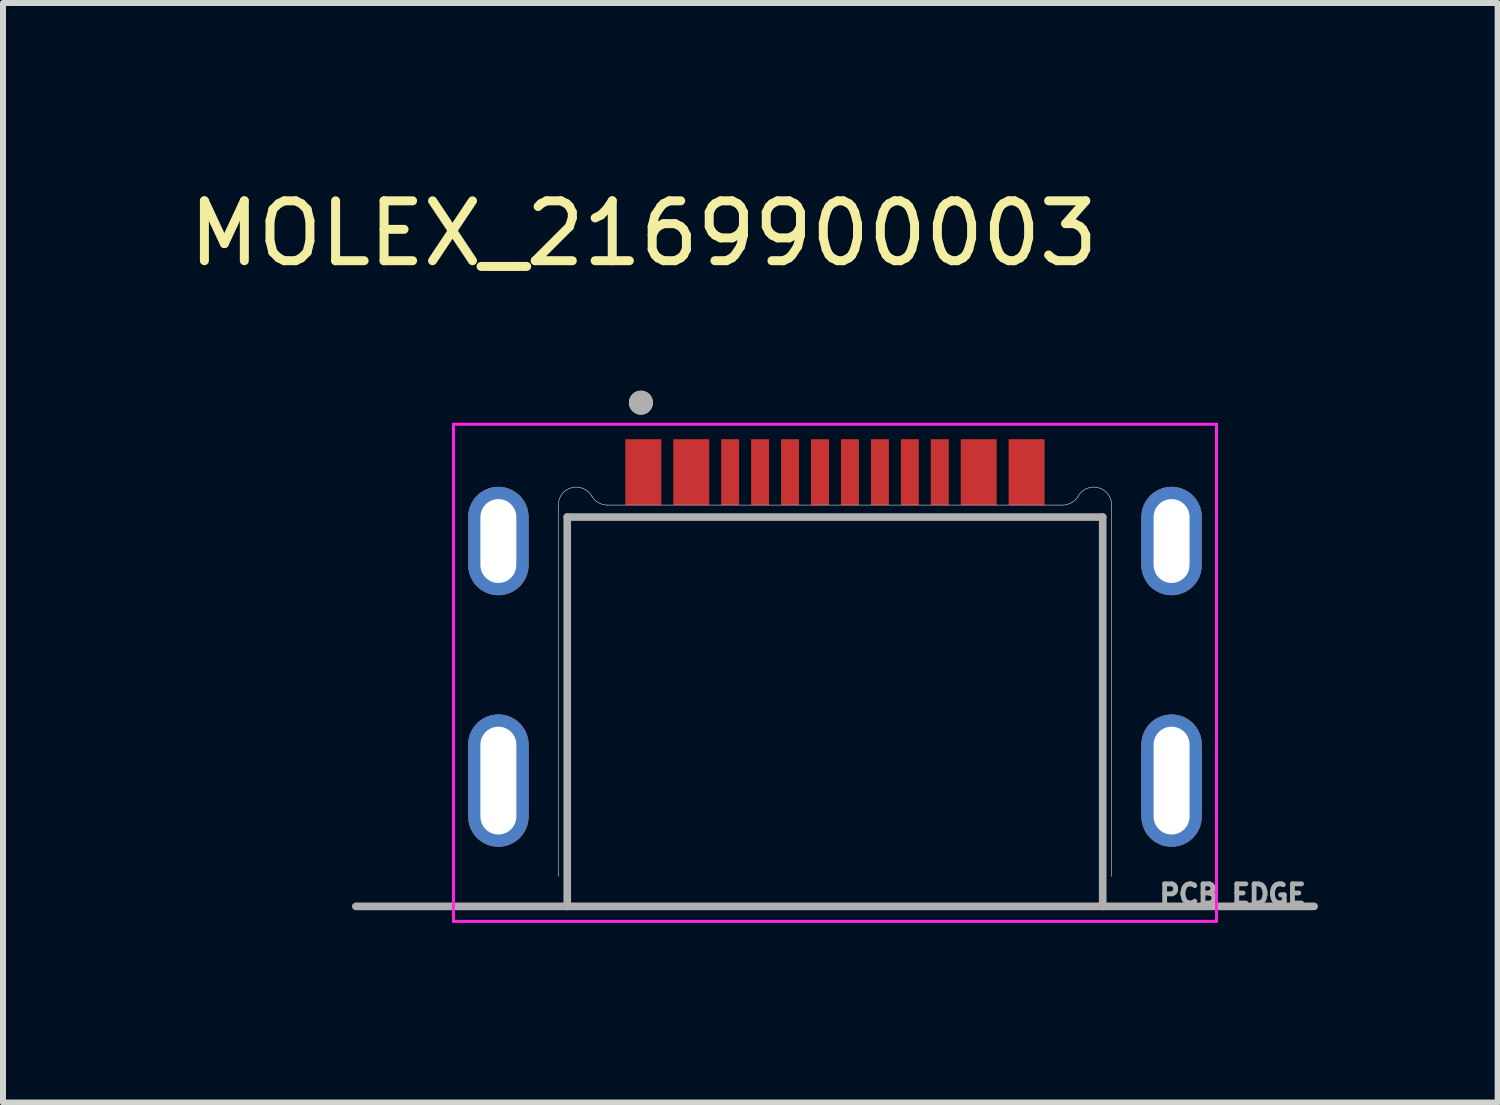
<source format=kicad_pcb>
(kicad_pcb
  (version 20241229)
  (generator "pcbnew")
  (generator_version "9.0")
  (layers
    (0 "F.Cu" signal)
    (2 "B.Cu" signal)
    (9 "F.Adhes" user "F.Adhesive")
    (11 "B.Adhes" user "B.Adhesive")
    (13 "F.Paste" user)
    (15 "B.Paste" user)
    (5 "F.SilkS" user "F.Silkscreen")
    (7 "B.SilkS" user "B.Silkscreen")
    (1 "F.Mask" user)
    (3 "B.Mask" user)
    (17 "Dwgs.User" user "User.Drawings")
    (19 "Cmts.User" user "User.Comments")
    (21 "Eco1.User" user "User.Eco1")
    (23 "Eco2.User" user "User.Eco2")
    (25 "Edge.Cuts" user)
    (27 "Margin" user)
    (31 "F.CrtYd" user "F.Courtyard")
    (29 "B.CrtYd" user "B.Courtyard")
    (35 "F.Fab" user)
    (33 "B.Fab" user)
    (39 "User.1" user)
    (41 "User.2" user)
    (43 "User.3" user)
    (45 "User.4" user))
  (footprint "MOLEX_2169900003"
    (layer "F.Cu")
    (at 10.891 9.983)
    (property "Reference" "MOLEX_2169900003" (at -3.195 -9.135 0) (layer "F.SilkS") (effects (font (size 1 1) (thickness 0.15))))
    (attr smd)
    (fp_poly (pts (xy -6.12 -0.6) (xy -6.12 0.6) (xy -6.117 0.652) (xy -6.109 0.704) (xy -6.096 0.755) (xy -6.077 0.803) (xy -6.053 0.85) (xy -6.025 0.894) (xy -5.992 0.935) (xy -5.955 0.972) (xy -5.914 1.005) (xy -5.87 1.033) (xy -5.823 1.057) (xy -5.775 1.076) (xy -5.724 1.089) (xy -5.672 1.097) (xy -5.62 1.1) (xy -5.568 1.097) (xy -5.516 1.089) (xy -5.465 1.076) (xy -5.417 1.057) (xy -5.37 1.033) (xy -5.326 1.005) (xy -5.285 0.972) (xy -5.248 0.935) (xy -5.215 0.894) (xy -5.187 0.85) (xy -5.163 0.803) (xy -5.144 0.755) (xy -5.131 0.704) (xy -5.123 0.652) (xy -5.12 0.6) (xy -5.12 -0.6) (xy -5.123 -0.652) (xy -5.131 -0.704) (xy -5.144 -0.755) (xy -5.163 -0.803) (xy -5.187 -0.85) (xy -5.215 -0.894) (xy -5.248 -0.935) (xy -5.285 -0.972) (xy -5.326 -1.005) (xy -5.37 -1.033) (xy -5.417 -1.057) (xy -5.465 -1.076) (xy -5.516 -1.089) (xy -5.568 -1.097) (xy -5.62 -1.1) (xy -5.672 -1.097) (xy -5.724 -1.089) (xy -5.775 -1.076) (xy -5.823 -1.057) (xy -5.87 -1.033) (xy -5.914 -1.005) (xy -5.955 -0.972) (xy -5.992 -0.935) (xy -6.025 -0.894) (xy -6.053 -0.85) (xy -6.077 -0.803) (xy -6.096 -0.755) (xy -6.109 -0.704) (xy -6.117 -0.652) (xy -6.12 -0.6)) (stroke (width 0.01) (type solid)) (fill yes) (layer "F.Cu"))
    (fp_poly (pts (xy -5.12 -3.6) (xy -5.123 -3.548) (xy -5.131 -3.496) (xy -5.144 -3.445) (xy -5.163 -3.397) (xy -5.187 -3.35) (xy -5.215 -3.306) (xy -5.248 -3.265) (xy -5.285 -3.228) (xy -5.326 -3.195) (xy -5.37 -3.167) (xy -5.417 -3.143) (xy -5.465 -3.124) (xy -5.516 -3.111) (xy -5.568 -3.103) (xy -5.62 -3.1) (xy -5.672 -3.103) (xy -5.724 -3.111) (xy -5.775 -3.124) (xy -5.823 -3.143) (xy -5.87 -3.167) (xy -5.914 -3.195) (xy -5.955 -3.228) (xy -5.992 -3.265) (xy -6.025 -3.306) (xy -6.053 -3.35) (xy -6.077 -3.397) (xy -6.096 -3.445) (xy -6.109 -3.496) (xy -6.117 -3.548) (xy -6.12 -3.6) (xy -6.12 -4.4) (xy -6.117 -4.452) (xy -6.109 -4.504) (xy -6.096 -4.555) (xy -6.077 -4.603) (xy -6.053 -4.65) (xy -6.025 -4.694) (xy -5.992 -4.735) (xy -5.955 -4.772) (xy -5.914 -4.805) (xy -5.87 -4.833) (xy -5.823 -4.857) (xy -5.775 -4.876) (xy -5.724 -4.889) (xy -5.672 -4.897) (xy -5.62 -4.9) (xy -5.568 -4.897) (xy -5.516 -4.889) (xy -5.465 -4.876) (xy -5.417 -4.857) (xy -5.37 -4.833) (xy -5.326 -4.805) (xy -5.285 -4.772) (xy -5.248 -4.735) (xy -5.215 -4.694) (xy -5.187 -4.65) (xy -5.163 -4.603) (xy -5.144 -4.555) (xy -5.131 -4.504) (xy -5.123 -4.452) (xy -5.12 -4.4) (xy -5.12 -3.6)) (stroke (width 0.01) (type solid)) (fill yes) (layer "F.Cu"))
    (fp_poly (pts (xy 5.12 -4.4) (xy 5.12 -3.6) (xy 5.123 -3.548) (xy 5.131 -3.496) (xy 5.144 -3.445) (xy 5.163 -3.397) (xy 5.187 -3.35) (xy 5.215 -3.306) (xy 5.248 -3.265) (xy 5.285 -3.228) (xy 5.326 -3.195) (xy 5.37 -3.167) (xy 5.417 -3.143) (xy 5.465 -3.124) (xy 5.516 -3.111) (xy 5.568 -3.103) (xy 5.62 -3.1) (xy 5.672 -3.103) (xy 5.724 -3.111) (xy 5.775 -3.124) (xy 5.823 -3.143) (xy 5.87 -3.167) (xy 5.914 -3.195) (xy 5.955 -3.228) (xy 5.992 -3.265) (xy 6.025 -3.306) (xy 6.053 -3.35) (xy 6.077 -3.397) (xy 6.096 -3.445) (xy 6.109 -3.496) (xy 6.117 -3.548) (xy 6.12 -3.6) (xy 6.12 -4.4) (xy 6.117 -4.452) (xy 6.109 -4.504) (xy 6.096 -4.555) (xy 6.077 -4.603) (xy 6.053 -4.65) (xy 6.025 -4.694) (xy 5.992 -4.735) (xy 5.955 -4.772) (xy 5.914 -4.805) (xy 5.87 -4.833) (xy 5.823 -4.857) (xy 5.775 -4.876) (xy 5.724 -4.889) (xy 5.672 -4.897) (xy 5.62 -4.9) (xy 5.568 -4.897) (xy 5.516 -4.889) (xy 5.465 -4.876) (xy 5.417 -4.857) (xy 5.37 -4.833) (xy 5.326 -4.805) (xy 5.285 -4.772) (xy 5.248 -4.735) (xy 5.215 -4.694) (xy 5.187 -4.65) (xy 5.163 -4.603) (xy 5.144 -4.555) (xy 5.131 -4.504) (xy 5.123 -4.452) (xy 5.12 -4.4)) (stroke (width 0.01) (type solid)) (fill yes) (layer "F.Cu"))
    (fp_poly (pts (xy 5.12 -0.6) (xy 5.12 0.6) (xy 5.123 0.652) (xy 5.131 0.704) (xy 5.144 0.755) (xy 5.163 0.803) (xy 5.187 0.85) (xy 5.215 0.894) (xy 5.248 0.935) (xy 5.285 0.972) (xy 5.326 1.005) (xy 5.37 1.033) (xy 5.417 1.057) (xy 5.465 1.076) (xy 5.516 1.089) (xy 5.568 1.097) (xy 5.62 1.1) (xy 5.672 1.097) (xy 5.724 1.089) (xy 5.775 1.076) (xy 5.823 1.057) (xy 5.87 1.033) (xy 5.914 1.005) (xy 5.955 0.972) (xy 5.992 0.935) (xy 6.025 0.894) (xy 6.053 0.85) (xy 6.077 0.803) (xy 6.096 0.755) (xy 6.109 0.704) (xy 6.117 0.652) (xy 6.12 0.6) (xy 6.12 -0.6) (xy 6.117 -0.652) (xy 6.109 -0.704) (xy 6.096 -0.755) (xy 6.077 -0.803) (xy 6.053 -0.85) (xy 6.025 -0.894) (xy 5.992 -0.935) (xy 5.955 -0.972) (xy 5.914 -1.005) (xy 5.87 -1.033) (xy 5.823 -1.057) (xy 5.775 -1.076) (xy 5.724 -1.089) (xy 5.672 -1.097) (xy 5.62 -1.1) (xy 5.568 -1.097) (xy 5.516 -1.089) (xy 5.465 -1.076) (xy 5.417 -1.057) (xy 5.37 -1.033) (xy 5.326 -1.005) (xy 5.285 -0.972) (xy 5.248 -0.935) (xy 5.215 -0.894) (xy 5.187 -0.85) (xy 5.163 -0.803) (xy 5.144 -0.755) (xy 5.131 -0.704) (xy 5.123 -0.652) (xy 5.12 -0.6)) (stroke (width 0.01) (type solid)) (fill yes) (layer "F.Cu"))
    (fp_poly (pts (xy -6.22 -4.4) (xy -6.22 -3.6) (xy -6.217 -3.537) (xy -6.207 -3.475) (xy -6.191 -3.415) (xy -6.168 -3.356) (xy -6.14 -3.3) (xy -6.105 -3.247) (xy -6.066 -3.199) (xy -6.021 -3.154) (xy -5.973 -3.115) (xy -5.92 -3.08) (xy -5.864 -3.052) (xy -5.805 -3.029) (xy -5.745 -3.013) (xy -5.683 -3.003) (xy -5.62 -3) (xy -5.557 -3.003) (xy -5.495 -3.013) (xy -5.435 -3.029) (xy -5.376 -3.052) (xy -5.32 -3.08) (xy -5.267 -3.115) (xy -5.219 -3.154) (xy -5.174 -3.199) (xy -5.135 -3.247) (xy -5.1 -3.3) (xy -5.072 -3.356) (xy -5.049 -3.415) (xy -5.033 -3.475) (xy -5.023 -3.537) (xy -5.02 -3.6) (xy -5.02 -4.4) (xy -5.023 -4.463) (xy -5.033 -4.525) (xy -5.049 -4.585) (xy -5.072 -4.644) (xy -5.1 -4.7) (xy -5.135 -4.753) (xy -5.174 -4.801) (xy -5.219 -4.846) (xy -5.267 -4.885) (xy -5.32 -4.92) (xy -5.376 -4.948) (xy -5.435 -4.971) (xy -5.495 -4.987) (xy -5.557 -4.997) (xy -5.62 -5) (xy -5.683 -4.997) (xy -5.745 -4.987) (xy -5.805 -4.971) (xy -5.864 -4.948) (xy -5.92 -4.92) (xy -5.973 -4.885) (xy -6.021 -4.846) (xy -6.066 -4.801) (xy -6.105 -4.753) (xy -6.14 -4.7) (xy -6.168 -4.644) (xy -6.191 -4.585) (xy -6.207 -4.525) (xy -6.217 -4.463) (xy -6.22 -4.4)) (stroke (width 0.01) (type solid)) (fill yes) (layer "F.Mask"))
    (fp_poly (pts (xy -5.02 0.6) (xy -5.023 0.663) (xy -5.033 0.725) (xy -5.049 0.785) (xy -5.072 0.844) (xy -5.1 0.9) (xy -5.135 0.953) (xy -5.174 1.001) (xy -5.219 1.046) (xy -5.267 1.085) (xy -5.32 1.12) (xy -5.376 1.148) (xy -5.435 1.171) (xy -5.495 1.187) (xy -5.557 1.197) (xy -5.62 1.2) (xy -5.683 1.197) (xy -5.745 1.187) (xy -5.805 1.171) (xy -5.864 1.148) (xy -5.92 1.12) (xy -5.973 1.085) (xy -6.021 1.046) (xy -6.066 1.001) (xy -6.105 0.953) (xy -6.14 0.9) (xy -6.168 0.844) (xy -6.191 0.785) (xy -6.207 0.725) (xy -6.217 0.663) (xy -6.22 0.6) (xy -6.22 -0.6) (xy -6.217 -0.663) (xy -6.207 -0.725) (xy -6.191 -0.785) (xy -6.168 -0.844) (xy -6.14 -0.9) (xy -6.105 -0.953) (xy -6.066 -1.001) (xy -6.021 -1.046) (xy -5.973 -1.085) (xy -5.92 -1.12) (xy -5.864 -1.148) (xy -5.805 -1.171) (xy -5.745 -1.187) (xy -5.683 -1.197) (xy -5.62 -1.2) (xy -5.557 -1.197) (xy -5.495 -1.187) (xy -5.435 -1.171) (xy -5.376 -1.148) (xy -5.32 -1.12) (xy -5.267 -1.085) (xy -5.219 -1.046) (xy -5.174 -1.001) (xy -5.135 -0.953) (xy -5.1 -0.9) (xy -5.072 -0.844) (xy -5.049 -0.785) (xy -5.033 -0.725) (xy -5.023 -0.663) (xy -5.02 -0.6) (xy -5.02 0.6)) (stroke (width 0.01) (type solid)) (fill yes) (layer "F.Mask"))
    (fp_poly (pts (xy 5.02 -0.6) (xy 5.02 0.6) (xy 5.023 0.663) (xy 5.033 0.725) (xy 5.049 0.785) (xy 5.072 0.844) (xy 5.1 0.9) (xy 5.135 0.953) (xy 5.174 1.001) (xy 5.219 1.046) (xy 5.267 1.085) (xy 5.32 1.12) (xy 5.376 1.148) (xy 5.435 1.171) (xy 5.495 1.187) (xy 5.557 1.197) (xy 5.62 1.2) (xy 5.683 1.197) (xy 5.745 1.187) (xy 5.805 1.171) (xy 5.864 1.148) (xy 5.92 1.12) (xy 5.973 1.085) (xy 6.021 1.046) (xy 6.066 1.001) (xy 6.105 0.953) (xy 6.14 0.9) (xy 6.168 0.844) (xy 6.191 0.785) (xy 6.207 0.725) (xy 6.217 0.663) (xy 6.22 0.6) (xy 6.22 -0.6) (xy 6.217 -0.663) (xy 6.207 -0.725) (xy 6.191 -0.785) (xy 6.168 -0.844) (xy 6.14 -0.9) (xy 6.105 -0.953) (xy 6.066 -1.001) (xy 6.021 -1.046) (xy 5.973 -1.085) (xy 5.92 -1.12) (xy 5.864 -1.148) (xy 5.805 -1.171) (xy 5.745 -1.187) (xy 5.683 -1.197) (xy 5.62 -1.2) (xy 5.557 -1.197) (xy 5.495 -1.187) (xy 5.435 -1.171) (xy 5.376 -1.148) (xy 5.32 -1.12) (xy 5.267 -1.085) (xy 5.219 -1.046) (xy 5.174 -1.001) (xy 5.135 -0.953) (xy 5.1 -0.9) (xy 5.072 -0.844) (xy 5.049 -0.785) (xy 5.033 -0.725) (xy 5.023 -0.663) (xy 5.02 -0.6)) (stroke (width 0.01) (type solid)) (fill yes) (layer "F.Mask"))
    (fp_poly (pts (xy 6.22 -3.6) (xy 6.217 -3.537) (xy 6.207 -3.475) (xy 6.191 -3.415) (xy 6.168 -3.356) (xy 6.14 -3.3) (xy 6.105 -3.247) (xy 6.066 -3.199) (xy 6.021 -3.154) (xy 5.973 -3.115) (xy 5.92 -3.08) (xy 5.864 -3.052) (xy 5.805 -3.029) (xy 5.745 -3.013) (xy 5.683 -3.003) (xy 5.62 -3) (xy 5.557 -3.003) (xy 5.495 -3.013) (xy 5.435 -3.029) (xy 5.376 -3.052) (xy 5.32 -3.08) (xy 5.267 -3.115) (xy 5.219 -3.154) (xy 5.174 -3.199) (xy 5.135 -3.247) (xy 5.1 -3.3) (xy 5.072 -3.356) (xy 5.049 -3.415) (xy 5.033 -3.475) (xy 5.023 -3.537) (xy 5.02 -3.6) (xy 5.02 -4.4) (xy 5.023 -4.463) (xy 5.033 -4.525) (xy 5.049 -4.585) (xy 5.072 -4.644) (xy 5.1 -4.7) (xy 5.135 -4.753) (xy 5.174 -4.801) (xy 5.219 -4.846) (xy 5.267 -4.885) (xy 5.32 -4.92) (xy 5.376 -4.948) (xy 5.435 -4.971) (xy 5.495 -4.987) (xy 5.557 -4.997) (xy 5.62 -5) (xy 5.683 -4.997) (xy 5.745 -4.987) (xy 5.805 -4.971) (xy 5.864 -4.948) (xy 5.92 -4.92) (xy 5.973 -4.885) (xy 6.021 -4.846) (xy 6.066 -4.801) (xy 6.105 -4.753) (xy 6.14 -4.7) (xy 6.168 -4.644) (xy 6.191 -4.585) (xy 6.207 -4.525) (xy 6.217 -4.463) (xy 6.22 -4.4) (xy 6.22 -3.6)) (stroke (width 0.01) (type solid)) (fill yes) (layer "F.Mask"))
    (fp_poly (pts (xy -6.12 -0.6) (xy -6.12 0.6) (xy -6.117 0.652) (xy -6.109 0.704) (xy -6.096 0.755) (xy -6.077 0.803) (xy -6.053 0.85) (xy -6.025 0.894) (xy -5.992 0.935) (xy -5.955 0.972) (xy -5.914 1.005) (xy -5.87 1.033) (xy -5.823 1.057) (xy -5.775 1.076) (xy -5.724 1.089) (xy -5.672 1.097) (xy -5.62 1.1) (xy -5.568 1.097) (xy -5.516 1.089) (xy -5.465 1.076) (xy -5.417 1.057) (xy -5.37 1.033) (xy -5.326 1.005) (xy -5.285 0.972) (xy -5.248 0.935) (xy -5.215 0.894) (xy -5.187 0.85) (xy -5.163 0.803) (xy -5.144 0.755) (xy -5.131 0.704) (xy -5.123 0.652) (xy -5.12 0.6) (xy -5.12 -0.6) (xy -5.123 -0.652) (xy -5.131 -0.704) (xy -5.144 -0.755) (xy -5.163 -0.803) (xy -5.187 -0.85) (xy -5.215 -0.894) (xy -5.248 -0.935) (xy -5.285 -0.972) (xy -5.326 -1.005) (xy -5.37 -1.033) (xy -5.417 -1.057) (xy -5.465 -1.076) (xy -5.516 -1.089) (xy -5.568 -1.097) (xy -5.62 -1.1) (xy -5.672 -1.097) (xy -5.724 -1.089) (xy -5.775 -1.076) (xy -5.823 -1.057) (xy -5.87 -1.033) (xy -5.914 -1.005) (xy -5.955 -0.972) (xy -5.992 -0.935) (xy -6.025 -0.894) (xy -6.053 -0.85) (xy -6.077 -0.803) (xy -6.096 -0.755) (xy -6.109 -0.704) (xy -6.117 -0.652) (xy -6.12 -0.6)) (stroke (width 0.01) (type solid)) (fill yes) (layer "B.Cu"))
    (fp_poly (pts (xy -5.12 -3.6) (xy -5.123 -3.548) (xy -5.131 -3.496) (xy -5.144 -3.445) (xy -5.163 -3.397) (xy -5.187 -3.35) (xy -5.215 -3.306) (xy -5.248 -3.265) (xy -5.285 -3.228) (xy -5.326 -3.195) (xy -5.37 -3.167) (xy -5.417 -3.143) (xy -5.465 -3.124) (xy -5.516 -3.111) (xy -5.568 -3.103) (xy -5.62 -3.1) (xy -5.672 -3.103) (xy -5.724 -3.111) (xy -5.775 -3.124) (xy -5.823 -3.143) (xy -5.87 -3.167) (xy -5.914 -3.195) (xy -5.955 -3.228) (xy -5.992 -3.265) (xy -6.025 -3.306) (xy -6.053 -3.35) (xy -6.077 -3.397) (xy -6.096 -3.445) (xy -6.109 -3.496) (xy -6.117 -3.548) (xy -6.12 -3.6) (xy -6.12 -4.4) (xy -6.117 -4.452) (xy -6.109 -4.504) (xy -6.096 -4.555) (xy -6.077 -4.603) (xy -6.053 -4.65) (xy -6.025 -4.694) (xy -5.992 -4.735) (xy -5.955 -4.772) (xy -5.914 -4.805) (xy -5.87 -4.833) (xy -5.823 -4.857) (xy -5.775 -4.876) (xy -5.724 -4.889) (xy -5.672 -4.897) (xy -5.62 -4.9) (xy -5.568 -4.897) (xy -5.516 -4.889) (xy -5.465 -4.876) (xy -5.417 -4.857) (xy -5.37 -4.833) (xy -5.326 -4.805) (xy -5.285 -4.772) (xy -5.248 -4.735) (xy -5.215 -4.694) (xy -5.187 -4.65) (xy -5.163 -4.603) (xy -5.144 -4.555) (xy -5.131 -4.504) (xy -5.123 -4.452) (xy -5.12 -4.4) (xy -5.12 -3.6)) (stroke (width 0.01) (type solid)) (fill yes) (layer "B.Cu"))
    (fp_poly (pts (xy 5.12 -4.4) (xy 5.12 -3.6) (xy 5.123 -3.548) (xy 5.131 -3.496) (xy 5.144 -3.445) (xy 5.163 -3.397) (xy 5.187 -3.35) (xy 5.215 -3.306) (xy 5.248 -3.265) (xy 5.285 -3.228) (xy 5.326 -3.195) (xy 5.37 -3.167) (xy 5.417 -3.143) (xy 5.465 -3.124) (xy 5.516 -3.111) (xy 5.568 -3.103) (xy 5.62 -3.1) (xy 5.672 -3.103) (xy 5.724 -3.111) (xy 5.775 -3.124) (xy 5.823 -3.143) (xy 5.87 -3.167) (xy 5.914 -3.195) (xy 5.955 -3.228) (xy 5.992 -3.265) (xy 6.025 -3.306) (xy 6.053 -3.35) (xy 6.077 -3.397) (xy 6.096 -3.445) (xy 6.109 -3.496) (xy 6.117 -3.548) (xy 6.12 -3.6) (xy 6.12 -4.4) (xy 6.117 -4.452) (xy 6.109 -4.504) (xy 6.096 -4.555) (xy 6.077 -4.603) (xy 6.053 -4.65) (xy 6.025 -4.694) (xy 5.992 -4.735) (xy 5.955 -4.772) (xy 5.914 -4.805) (xy 5.87 -4.833) (xy 5.823 -4.857) (xy 5.775 -4.876) (xy 5.724 -4.889) (xy 5.672 -4.897) (xy 5.62 -4.9) (xy 5.568 -4.897) (xy 5.516 -4.889) (xy 5.465 -4.876) (xy 5.417 -4.857) (xy 5.37 -4.833) (xy 5.326 -4.805) (xy 5.285 -4.772) (xy 5.248 -4.735) (xy 5.215 -4.694) (xy 5.187 -4.65) (xy 5.163 -4.603) (xy 5.144 -4.555) (xy 5.131 -4.504) (xy 5.123 -4.452) (xy 5.12 -4.4)) (stroke (width 0.01) (type solid)) (fill yes) (layer "B.Cu"))
    (fp_poly (pts (xy 5.12 -0.6) (xy 5.12 0.6) (xy 5.123 0.652) (xy 5.131 0.704) (xy 5.144 0.755) (xy 5.163 0.803) (xy 5.187 0.85) (xy 5.215 0.894) (xy 5.248 0.935) (xy 5.285 0.972) (xy 5.326 1.005) (xy 5.37 1.033) (xy 5.417 1.057) (xy 5.465 1.076) (xy 5.516 1.089) (xy 5.568 1.097) (xy 5.62 1.1) (xy 5.672 1.097) (xy 5.724 1.089) (xy 5.775 1.076) (xy 5.823 1.057) (xy 5.87 1.033) (xy 5.914 1.005) (xy 5.955 0.972) (xy 5.992 0.935) (xy 6.025 0.894) (xy 6.053 0.85) (xy 6.077 0.803) (xy 6.096 0.755) (xy 6.109 0.704) (xy 6.117 0.652) (xy 6.12 0.6) (xy 6.12 -0.6) (xy 6.117 -0.652) (xy 6.109 -0.704) (xy 6.096 -0.755) (xy 6.077 -0.803) (xy 6.053 -0.85) (xy 6.025 -0.894) (xy 5.992 -0.935) (xy 5.955 -0.972) (xy 5.914 -1.005) (xy 5.87 -1.033) (xy 5.823 -1.057) (xy 5.775 -1.076) (xy 5.724 -1.089) (xy 5.672 -1.097) (xy 5.62 -1.1) (xy 5.568 -1.097) (xy 5.516 -1.089) (xy 5.465 -1.076) (xy 5.417 -1.057) (xy 5.37 -1.033) (xy 5.326 -1.005) (xy 5.285 -0.972) (xy 5.248 -0.935) (xy 5.215 -0.894) (xy 5.187 -0.85) (xy 5.163 -0.803) (xy 5.144 -0.755) (xy 5.131 -0.704) (xy 5.123 -0.652) (xy 5.12 -0.6)) (stroke (width 0.01) (type solid)) (fill yes) (layer "B.Cu"))
    (fp_poly (pts (xy -6.22 -4.4) (xy -6.22 -3.6) (xy -6.217 -3.537) (xy -6.207 -3.475) (xy -6.191 -3.415) (xy -6.168 -3.356) (xy -6.14 -3.3) (xy -6.105 -3.247) (xy -6.066 -3.199) (xy -6.021 -3.154) (xy -5.973 -3.115) (xy -5.92 -3.08) (xy -5.864 -3.052) (xy -5.805 -3.029) (xy -5.745 -3.013) (xy -5.683 -3.003) (xy -5.62 -3) (xy -5.557 -3.003) (xy -5.495 -3.013) (xy -5.435 -3.029) (xy -5.376 -3.052) (xy -5.32 -3.08) (xy -5.267 -3.115) (xy -5.219 -3.154) (xy -5.174 -3.199) (xy -5.135 -3.247) (xy -5.1 -3.3) (xy -5.072 -3.356) (xy -5.049 -3.415) (xy -5.033 -3.475) (xy -5.023 -3.537) (xy -5.02 -3.6) (xy -5.02 -4.4) (xy -5.023 -4.463) (xy -5.033 -4.525) (xy -5.049 -4.585) (xy -5.072 -4.644) (xy -5.1 -4.7) (xy -5.135 -4.753) (xy -5.174 -4.801) (xy -5.219 -4.846) (xy -5.267 -4.885) (xy -5.32 -4.92) (xy -5.376 -4.948) (xy -5.435 -4.971) (xy -5.495 -4.987) (xy -5.557 -4.997) (xy -5.62 -5) (xy -5.683 -4.997) (xy -5.745 -4.987) (xy -5.805 -4.971) (xy -5.864 -4.948) (xy -5.92 -4.92) (xy -5.973 -4.885) (xy -6.021 -4.846) (xy -6.066 -4.801) (xy -6.105 -4.753) (xy -6.14 -4.7) (xy -6.168 -4.644) (xy -6.191 -4.585) (xy -6.207 -4.525) (xy -6.217 -4.463) (xy -6.22 -4.4)) (stroke (width 0.01) (type solid)) (fill yes) (layer "B.Mask"))
    (fp_poly (pts (xy -5.02 0.6) (xy -5.023 0.663) (xy -5.033 0.725) (xy -5.049 0.785) (xy -5.072 0.844) (xy -5.1 0.9) (xy -5.135 0.953) (xy -5.174 1.001) (xy -5.219 1.046) (xy -5.267 1.085) (xy -5.32 1.12) (xy -5.376 1.148) (xy -5.435 1.171) (xy -5.495 1.187) (xy -5.557 1.197) (xy -5.62 1.2) (xy -5.683 1.197) (xy -5.745 1.187) (xy -5.805 1.171) (xy -5.864 1.148) (xy -5.92 1.12) (xy -5.973 1.085) (xy -6.021 1.046) (xy -6.066 1.001) (xy -6.105 0.953) (xy -6.14 0.9) (xy -6.168 0.844) (xy -6.191 0.785) (xy -6.207 0.725) (xy -6.217 0.663) (xy -6.22 0.6) (xy -6.22 -0.6) (xy -6.217 -0.663) (xy -6.207 -0.725) (xy -6.191 -0.785) (xy -6.168 -0.844) (xy -6.14 -0.9) (xy -6.105 -0.953) (xy -6.066 -1.001) (xy -6.021 -1.046) (xy -5.973 -1.085) (xy -5.92 -1.12) (xy -5.864 -1.148) (xy -5.805 -1.171) (xy -5.745 -1.187) (xy -5.683 -1.197) (xy -5.62 -1.2) (xy -5.557 -1.197) (xy -5.495 -1.187) (xy -5.435 -1.171) (xy -5.376 -1.148) (xy -5.32 -1.12) (xy -5.267 -1.085) (xy -5.219 -1.046) (xy -5.174 -1.001) (xy -5.135 -0.953) (xy -5.1 -0.9) (xy -5.072 -0.844) (xy -5.049 -0.785) (xy -5.033 -0.725) (xy -5.023 -0.663) (xy -5.02 -0.6) (xy -5.02 0.6)) (stroke (width 0.01) (type solid)) (fill yes) (layer "B.Mask"))
    (fp_poly (pts (xy 5.02 -0.6) (xy 5.02 0.6) (xy 5.023 0.663) (xy 5.033 0.725) (xy 5.049 0.785) (xy 5.072 0.844) (xy 5.1 0.9) (xy 5.135 0.953) (xy 5.174 1.001) (xy 5.219 1.046) (xy 5.267 1.085) (xy 5.32 1.12) (xy 5.376 1.148) (xy 5.435 1.171) (xy 5.495 1.187) (xy 5.557 1.197) (xy 5.62 1.2) (xy 5.683 1.197) (xy 5.745 1.187) (xy 5.805 1.171) (xy 5.864 1.148) (xy 5.92 1.12) (xy 5.973 1.085) (xy 6.021 1.046) (xy 6.066 1.001) (xy 6.105 0.953) (xy 6.14 0.9) (xy 6.168 0.844) (xy 6.191 0.785) (xy 6.207 0.725) (xy 6.217 0.663) (xy 6.22 0.6) (xy 6.22 -0.6) (xy 6.217 -0.663) (xy 6.207 -0.725) (xy 6.191 -0.785) (xy 6.168 -0.844) (xy 6.14 -0.9) (xy 6.105 -0.953) (xy 6.066 -1.001) (xy 6.021 -1.046) (xy 5.973 -1.085) (xy 5.92 -1.12) (xy 5.864 -1.148) (xy 5.805 -1.171) (xy 5.745 -1.187) (xy 5.683 -1.197) (xy 5.62 -1.2) (xy 5.557 -1.197) (xy 5.495 -1.187) (xy 5.435 -1.171) (xy 5.376 -1.148) (xy 5.32 -1.12) (xy 5.267 -1.085) (xy 5.219 -1.046) (xy 5.174 -1.001) (xy 5.135 -0.953) (xy 5.1 -0.9) (xy 5.072 -0.844) (xy 5.049 -0.785) (xy 5.033 -0.725) (xy 5.023 -0.663) (xy 5.02 -0.6)) (stroke (width 0.01) (type solid)) (fill yes) (layer "B.Mask"))
    (fp_poly (pts (xy 6.22 -3.6) (xy 6.217 -3.537) (xy 6.207 -3.475) (xy 6.191 -3.415) (xy 6.168 -3.356) (xy 6.14 -3.3) (xy 6.105 -3.247) (xy 6.066 -3.199) (xy 6.021 -3.154) (xy 5.973 -3.115) (xy 5.92 -3.08) (xy 5.864 -3.052) (xy 5.805 -3.029) (xy 5.745 -3.013) (xy 5.683 -3.003) (xy 5.62 -3) (xy 5.557 -3.003) (xy 5.495 -3.013) (xy 5.435 -3.029) (xy 5.376 -3.052) (xy 5.32 -3.08) (xy 5.267 -3.115) (xy 5.219 -3.154) (xy 5.174 -3.199) (xy 5.135 -3.247) (xy 5.1 -3.3) (xy 5.072 -3.356) (xy 5.049 -3.415) (xy 5.033 -3.475) (xy 5.023 -3.537) (xy 5.02 -3.6) (xy 5.02 -4.4) (xy 5.023 -4.463) (xy 5.033 -4.525) (xy 5.049 -4.585) (xy 5.072 -4.644) (xy 5.1 -4.7) (xy 5.135 -4.753) (xy 5.174 -4.801) (xy 5.219 -4.846) (xy 5.267 -4.885) (xy 5.32 -4.92) (xy 5.376 -4.948) (xy 5.435 -4.971) (xy 5.495 -4.987) (xy 5.557 -4.997) (xy 5.62 -5) (xy 5.683 -4.997) (xy 5.745 -4.987) (xy 5.805 -4.971) (xy 5.864 -4.948) (xy 5.92 -4.92) (xy 5.973 -4.885) (xy 6.021 -4.846) (xy 6.066 -4.801) (xy 6.105 -4.753) (xy 6.14 -4.7) (xy 6.168 -4.644) (xy 6.191 -4.585) (xy 6.207 -4.525) (xy 6.217 -4.463) (xy 6.22 -4.4) (xy 6.22 -3.6)) (stroke (width 0.01) (type solid)) (fill yes) (layer "B.Mask"))
    (fp_circle (center -3.24 -6.31) (end -3.14 -6.31) (stroke (width 0.2) (type solid)) (fill no) (layer "F.SilkS"))
    (fp_line (start -4.62 1.6) (end -4.62 -4.6) (stroke (width 0.01) (type solid)) (layer "Edge.Cuts"))
    (fp_line (start -3.8 -4.6) (end 3.8 -4.6) (stroke (width 0.01) (type solid)) (layer "Edge.Cuts"))
    (fp_line (start 4.62 1.6) (end 4.62 -4.6) (stroke (width 0.01) (type solid)) (layer "Edge.Cuts"))
    (fp_arc (start -4.62 -4.6) (mid -4.397645 -4.889779) (end -4.060191 -4.750001) (stroke (width 0.01) (type solid)) (layer "Edge.Cuts"))
    (fp_arc (start -3.80038 -4.6) (mid -3.950382 -4.640191) (end -4.060191 -4.75) (stroke (width 0.01) (type solid)) (layer "Edge.Cuts"))
    (fp_arc (start 4.06019 -4.75) (mid 3.950381 -4.640192) (end 3.80038 -4.6) (stroke (width 0.01) (type solid)) (layer "Edge.Cuts"))
    (fp_arc (start 4.06019 -4.75) (mid 4.397644 -4.889779) (end 4.62 -4.600001) (stroke (width 0.01) (type solid)) (layer "Edge.Cuts"))
    (fp_line (start -6.37 -5.95) (end -6.37 2.35) (stroke (width 0.05) (type solid)) (layer "F.CrtYd"))
    (fp_line (start -6.37 2.35) (end 6.37 2.35) (stroke (width 0.05) (type solid)) (layer "F.CrtYd"))
    (fp_line (start 6.37 -5.95) (end -6.37 -5.95) (stroke (width 0.05) (type solid)) (layer "F.CrtYd"))
    (fp_line (start 6.37 2.35) (end 6.37 -5.95) (stroke (width 0.05) (type solid)) (layer "F.CrtYd"))
    (fp_line (start -4.47 -4.4) (end 4.47 -4.4) (stroke (width 0.127) (type solid)) (layer "F.Fab"))
    (fp_line (start -4.47 2.1) (end -8 2.1) (stroke (width 0.127) (type solid)) (layer "F.Fab"))
    (fp_line (start -4.47 2.1) (end -4.47 -4.4) (stroke (width 0.127) (type solid)) (layer "F.Fab"))
    (fp_line (start -4.47 2.1) (end 4.47 2.1) (stroke (width 0.127) (type solid)) (layer "F.Fab"))
    (fp_line (start 4.47 -4.4) (end 4.47 2.1) (stroke (width 0.127) (type solid)) (layer "F.Fab"))
    (fp_line (start 4.47 2.1) (end 8 2.1) (stroke (width 0.127) (type solid)) (layer "F.Fab"))
    (fp_circle (center -3.24 -6.31) (end -3.14 -6.31) (stroke (width 0.2) (type solid)) (fill no) (layer "F.Fab"))
    (fp_text user "PCB EDGE" (at 6.64 1.9 0) (layer "F.Fab") (effects (font (size 0.32 0.32) (thickness 0.15))))
    (pad "A1_B12" smd rect (at -3.2 -5.15) (size 0.6 1.1) (layers "F.Cu" "F.Mask" "F.Paste"))
    (pad "A4_B9" smd rect (at -2.4 -5.15) (size 0.6 1.1) (layers "F.Cu" "F.Mask" "F.Paste"))
    (pad "A5" smd rect (at -1.25 -5.15) (size 0.3 1.1) (layers "F.Cu" "F.Mask" "F.Paste"))
    (pad "A6" smd rect (at -0.25 -5.15) (size 0.3 1.1) (layers "F.Cu" "F.Mask" "F.Paste"))
    (pad "A7" smd rect (at 0.25 -5.15) (size 0.3 1.1) (layers "F.Cu" "F.Mask" "F.Paste"))
    (pad "A8" smd rect (at 1.25 -5.15) (size 0.3 1.1) (layers "F.Cu" "F.Mask" "F.Paste"))
    (pad "B1_A12" smd rect (at 3.2 -5.15) (size 0.6 1.1) (layers "F.Cu" "F.Mask" "F.Paste"))
    (pad "B4_A9" smd rect (at 2.4 -5.15) (size 0.6 1.1) (layers "F.Cu" "F.Mask" "F.Paste"))
    (pad "B5" smd rect (at 1.75 -5.15) (size 0.3 1.1) (layers "F.Cu" "F.Mask" "F.Paste"))
    (pad "B6" smd rect (at 0.75 -5.15) (size 0.3 1.1) (layers "F.Cu" "F.Mask" "F.Paste"))
    (pad "B7" smd rect (at -0.75 -5.15) (size 0.3 1.1) (layers "F.Cu" "F.Mask" "F.Paste"))
    (pad "B8" smd rect (at -1.75 -5.15) (size 0.3 1.1) (layers "F.Cu" "F.Mask" "F.Paste"))
    (pad "S1" thru_hole oval (at -5.62 0) (size 1 2) (drill oval 0.6 1.8) (layers "*.Cu"))
    (pad "S2" thru_hole oval (at 5.62 0) (size 1 2) (drill oval 0.6 1.8) (layers "*.Cu"))
    (pad "S3" thru_hole oval (at -5.62 -4) (size 0.9 1.8) (drill oval 0.6 1.4) (layers "*.Cu"))
    (pad "S4" thru_hole oval (at 5.62 -4) (size 0.9 1.8) (drill oval 0.6 1.4) (layers "*.Cu")))
  (gr_rect
    (start -3 -3)
    (end 21.955 15.358)
    (stroke (width 0.1) (type default))
    (fill no)
    (layer "Edge.Cuts")))
</source>
